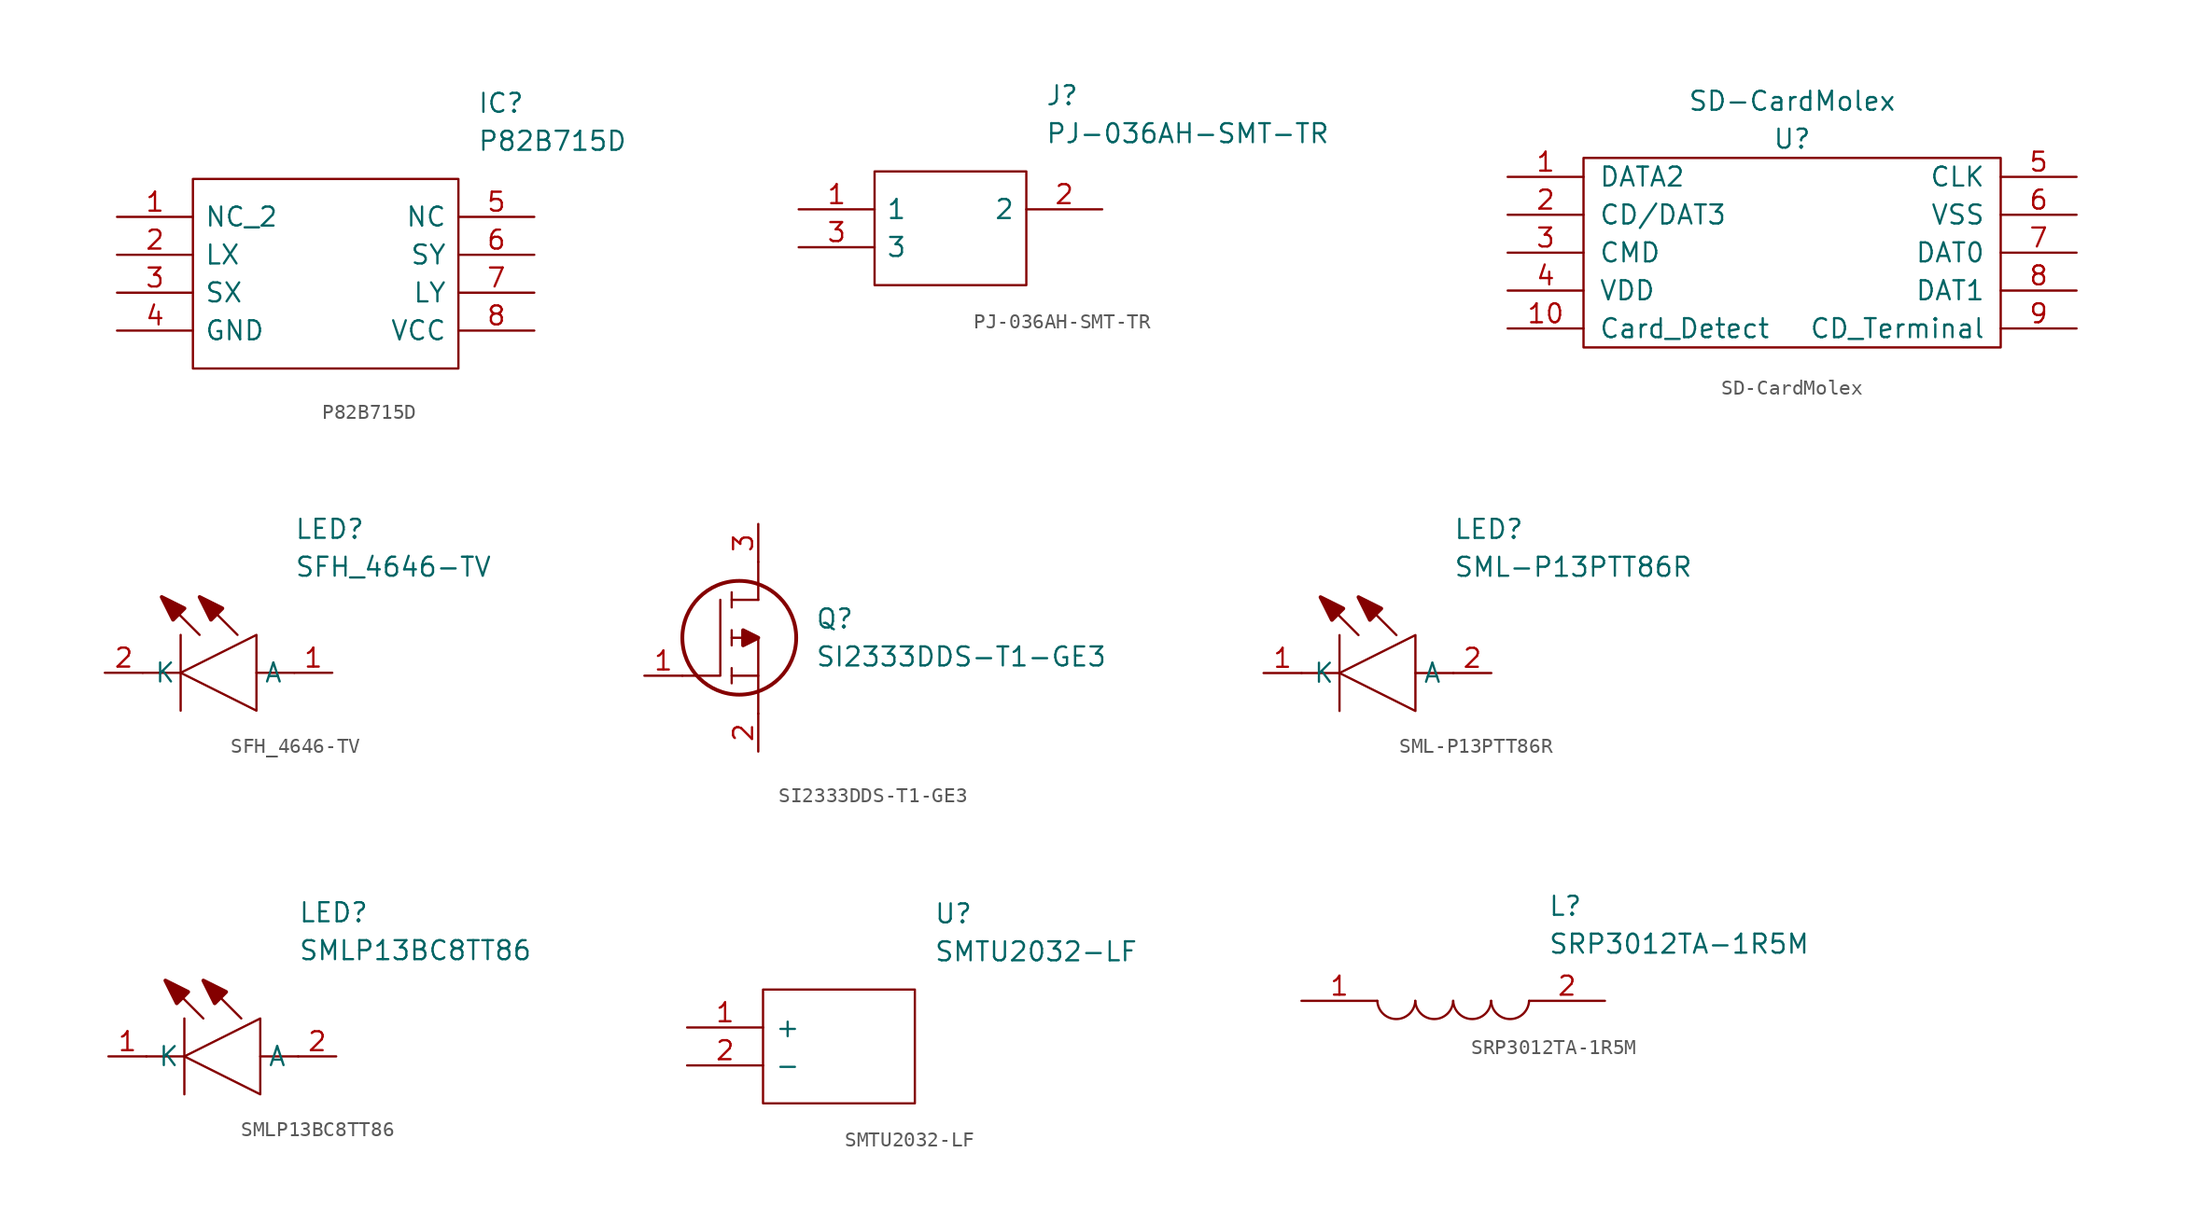
<source format=kicad_sym>
(kicad_symbol_lib
  (version 20211014)
  (generator kicad_symbol_editor)
  (symbol "P82B715D"
    (pin_names
      (offset 0.762))
    (property "Reference" "IC"
      (at 24.13 7.62 0)
      (effects (font (size 1.27 1.27)) (justify left)))
    (property "Value" "P82B715D"
      (at 24.13 5.08 0)
      (effects (font (size 1.27 1.27)) (justify left)))
    (symbol "P82B715D_0_0"
      (pin bidirectional line (at 0 0 0) (length 5.08) (name "NC_2" (effects (font (size 1.27 1.27)))) (number "1" (effects (font (size 1.27 1.27)))))
      (pin bidirectional line (at 0 -2.54 0) (length 5.08) (name "LX" (effects (font (size 1.27 1.27)))) (number "2" (effects (font (size 1.27 1.27)))))
      (pin bidirectional line (at 0 -5.08 0) (length 5.08) (name "SX" (effects (font (size 1.27 1.27)))) (number "3" (effects (font (size 1.27 1.27)))))
      (pin bidirectional line (at 0 -7.62 0) (length 5.08) (name "GND" (effects (font (size 1.27 1.27)))) (number "4" (effects (font (size 1.27 1.27)))))
      (pin bidirectional line (at 27.94 0 180) (length 5.08) (name "NC" (effects (font (size 1.27 1.27)))) (number "5" (effects (font (size 1.27 1.27)))))
      (pin bidirectional line (at 27.94 -2.54 180) (length 5.08) (name "SY" (effects (font (size 1.27 1.27)))) (number "6" (effects (font (size 1.27 1.27)))))
      (pin bidirectional line (at 27.94 -5.08 180) (length 5.08) (name "LY" (effects (font (size 1.27 1.27)))) (number "7" (effects (font (size 1.27 1.27)))))
      (pin bidirectional line (at 27.94 -7.62 180) (length 5.08) (name "VCC" (effects (font (size 1.27 1.27)))) (number "8" (effects (font (size 1.27 1.27))))))
    (symbol "P82B715D_0_1"
      (polyline (pts (xy 5.08 2.54) (xy 22.86 2.54) (xy 22.86 -10.16) (xy 5.08 -10.16) (xy 5.08 2.54)) (stroke (width 0.152) (type default) (color 0 0 0 0)) (fill (type none)))))
  (symbol "PJ-036AH-SMT-TR"
    (pin_names
      (offset 0.762))
    (property "Reference" "J"
      (at 16.51 7.62 0)
      (effects (font (size 1.27 1.27)) (justify left)))
    (property "Value" "PJ-036AH-SMT-TR"
      (at 16.51 5.08 0)
      (effects (font (size 1.27 1.27)) (justify left)))
    (symbol "PJ-036AH-SMT-TR_0_0"
      (pin bidirectional line (at 0 0 0) (length 5.08) (name "1" (effects (font (size 1.27 1.27)))) (number "1" (effects (font (size 1.27 1.27)))))
      (pin bidirectional line (at 20.32 0 180) (length 5.08) (name "2" (effects (font (size 1.27 1.27)))) (number "2" (effects (font (size 1.27 1.27)))))
      (pin bidirectional line (at 0 -2.54 0) (length 5.08) (name "3" (effects (font (size 1.27 1.27)))) (number "3" (effects (font (size 1.27 1.27))))))
    (symbol "PJ-036AH-SMT-TR_0_1"
      (polyline (pts (xy 5.08 2.54) (xy 15.24 2.54) (xy 15.24 -5.08) (xy 5.08 -5.08) (xy 5.08 2.54)) (stroke (width 0.152) (type default) (color 0 0 0 0)) (fill (type none)))))
  (symbol "SD-CardMolex"
    (pin_names
      (offset 1.016))
    (property "Reference" "U"
      (at 0 0 0)
      (effects (font (size 1.27 1.27))))
    (property "Value" "SD-CardMolex"
      (at 0 2.54 0)
      (effects (font (size 1.27 1.27))))
    (symbol "SD-CardMolex_0_1"
      (rectangle (start -13.97 -1.27) (end 13.97 -13.97) (stroke (width 0) (type default) (color 0 0 0 0)) (fill (type none))))
    (symbol "SD-CardMolex_1_1"
      (pin passive line (at -19.05 -2.54 0) (length 5.08) (name "DATA2" (effects (font (size 1.27 1.27)))) (number "1" (effects (font (size 1.27 1.27)))))
      (pin input line (at -19.05 -12.7 0) (length 5.08) (name "Card_Detect" (effects (font (size 1.27 1.27)))) (number "10" (effects (font (size 1.27 1.27)))))
      (pin passive line (at -19.05 -5.08 0) (length 5.08) (name "CD/DAT3" (effects (font (size 1.27 1.27)))) (number "2" (effects (font (size 1.27 1.27)))))
      (pin passive line (at -19.05 -7.62 0) (length 5.08) (name "CMD" (effects (font (size 1.27 1.27)))) (number "3" (effects (font (size 1.27 1.27)))))
      (pin passive line (at -19.05 -10.16 0) (length 5.08) (name "VDD" (effects (font (size 1.27 1.27)))) (number "4" (effects (font (size 1.27 1.27)))))
      (pin passive line (at 19.05 -2.54 180) (length 5.08) (name "CLK" (effects (font (size 1.27 1.27)))) (number "5" (effects (font (size 1.27 1.27)))))
      (pin passive line (at 19.05 -5.08 180) (length 5.08) (name "VSS" (effects (font (size 1.27 1.27)))) (number "6" (effects (font (size 1.27 1.27)))))
      (pin passive line (at 19.05 -7.62 180) (length 5.08) (name "DAT0" (effects (font (size 1.27 1.27)))) (number "7" (effects (font (size 1.27 1.27)))))
      (pin passive line (at 19.05 -10.16 180) (length 5.08) (name "DAT1" (effects (font (size 1.27 1.27)))) (number "8" (effects (font (size 1.27 1.27)))))
      (pin input line (at 19.05 -12.7 180) (length 5.08) (name "CD_Terminal" (effects (font (size 1.27 1.27)))) (number "9" (effects (font (size 1.27 1.27)))))))
  (symbol "SFH_4646-TV"
    (pin_names
      (offset 0.762))
    (property "Reference" "LED"
      (at 12.7 8.89 0)
      (effects (font (size 1.27 1.27)) (justify left bottom)))
    (property "Value" "SFH_4646-TV"
      (at 12.7 6.35 0)
      (effects (font (size 1.27 1.27)) (justify left bottom)))
    (symbol "SFH_4646-TV_0_0"
      (pin unspecified line (at 15.24 0 180) (length 2.54) (name "A" (effects (font (size 1.27 1.27)))) (number "1" (effects (font (size 1.27 1.27)))))
      (pin unspecified line (at 0 0 0) (length 2.54) (name "K" (effects (font (size 1.27 1.27)))) (number "2" (effects (font (size 1.27 1.27))))))
    (symbol "SFH_4646-TV_0_1"
      (polyline (pts (xy 2.54 0) (xy 5.08 0)) (stroke (width 0.152) (type default) (color 0 0 0 0)) (fill (type none)))
      (polyline (pts (xy 5.08 2.54) (xy 5.08 -2.54)) (stroke (width 0.152) (type default) (color 0 0 0 0)) (fill (type none)))
      (polyline (pts (xy 6.35 2.54) (xy 3.81 5.08)) (stroke (width 0.152) (type default) (color 0 0 0 0)) (fill (type none)))
      (polyline (pts (xy 8.89 2.54) (xy 6.35 5.08)) (stroke (width 0.152) (type default) (color 0 0 0 0)) (fill (type none)))
      (polyline (pts (xy 10.16 0) (xy 12.7 0)) (stroke (width 0.152) (type default) (color 0 0 0 0)) (fill (type none)))
      (polyline (pts (xy 5.08 0) (xy 10.16 2.54) (xy 10.16 -2.54) (xy 5.08 0)) (stroke (width 0.152) (type default) (color 0 0 0 0)) (fill (type none)))
      (polyline (pts (xy 5.334 4.318) (xy 4.572 3.556) (xy 3.81 5.08) (xy 5.334 4.318)) (stroke (width 0.254) (type default) (color 0 0 0 0)) (fill (type outline)))
      (polyline (pts (xy 7.874 4.318) (xy 7.112 3.556) (xy 6.35 5.08) (xy 7.874 4.318)) (stroke (width 0.254) (type default) (color 0 0 0 0)) (fill (type outline)))))
  (symbol "SI2333DDS-T1-GE3"
    (pin_names
      (offset 0.762))
    (property "Reference" "Q"
      (at 11.43 3.81 0)
      (effects (font (size 1.27 1.27)) (justify left)))
    (property "Value" "SI2333DDS-T1-GE3"
      (at 11.43 1.27 0)
      (effects (font (size 1.27 1.27)) (justify left)))
    (symbol "SI2333DDS-T1-GE3_0_0"
      (pin unspecified line (at 0 0 0) (length 2.54) (name "~" (effects (font (size 1.27 1.27)))) (number "1" (effects (font (size 1.27 1.27)))))
      (pin unspecified line (at 7.62 -5.08 90) (length 2.54) (name "~" (effects (font (size 1.27 1.27)))) (number "2" (effects (font (size 1.27 1.27)))))
      (pin unspecified line (at 7.62 10.16 270) (length 2.54) (name "~" (effects (font (size 1.27 1.27)))) (number "3" (effects (font (size 1.27 1.27))))))
    (symbol "SI2333DDS-T1-GE3_0_1"
      (polyline (pts (xy 5.842 -0.508) (xy 5.842 0.508)) (stroke (width 0.152) (type default) (color 0 0 0 0)) (fill (type none)))
      (polyline (pts (xy 5.842 0) (xy 7.62 0)) (stroke (width 0.152) (type default) (color 0 0 0 0)) (fill (type none)))
      (polyline (pts (xy 5.842 2.032) (xy 5.842 3.048)) (stroke (width 0.152) (type default) (color 0 0 0 0)) (fill (type none)))
      (polyline (pts (xy 5.842 5.588) (xy 5.842 4.572)) (stroke (width 0.152) (type default) (color 0 0 0 0)) (fill (type none)))
      (polyline (pts (xy 7.62 2.54) (xy 5.842 2.54)) (stroke (width 0.152) (type default) (color 0 0 0 0)) (fill (type none)))
      (polyline (pts (xy 7.62 2.54) (xy 7.62 -2.54)) (stroke (width 0.152) (type default) (color 0 0 0 0)) (fill (type none)))
      (polyline (pts (xy 7.62 5.08) (xy 5.842 5.08)) (stroke (width 0.152) (type default) (color 0 0 0 0)) (fill (type none)))
      (polyline (pts (xy 7.62 5.08) (xy 7.62 7.62)) (stroke (width 0.152) (type default) (color 0 0 0 0)) (fill (type none)))
      (polyline (pts (xy 2.54 0) (xy 5.08 0) (xy 5.08 5.08)) (stroke (width 0.152) (type default) (color 0 0 0 0)) (fill (type none)))
      (polyline (pts (xy 7.62 2.54) (xy 6.604 3.048) (xy 6.604 2.032) (xy 7.62 2.54)) (stroke (width 0.254) (type default) (color 0 0 0 0)) (fill (type outline)))
      (circle (center 6.35 2.54) (radius 3.81) (stroke (width 0.254) (type default) (color 0 0 0 0)) (fill (type none)))))
  (symbol "SML-P13PTT86R"
    (pin_names
      (offset 0.762))
    (property "Reference" "LED"
      (at 12.7 8.89 0)
      (effects (font (size 1.27 1.27)) (justify left bottom)))
    (property "Value" "SML-P13PTT86R"
      (at 12.7 6.35 0)
      (effects (font (size 1.27 1.27)) (justify left bottom)))
    (symbol "SML-P13PTT86R_0_0"
      (pin passive line (at 0 0 0) (length 2.54) (name "K" (effects (font (size 1.27 1.27)))) (number "1" (effects (font (size 1.27 1.27)))))
      (pin passive line (at 15.24 0 180) (length 2.54) (name "A" (effects (font (size 1.27 1.27)))) (number "2" (effects (font (size 1.27 1.27))))))
    (symbol "SML-P13PTT86R_0_1"
      (polyline (pts (xy 2.54 0) (xy 5.08 0)) (stroke (width 0.152) (type default) (color 0 0 0 0)) (fill (type none)))
      (polyline (pts (xy 5.08 2.54) (xy 5.08 -2.54)) (stroke (width 0.152) (type default) (color 0 0 0 0)) (fill (type none)))
      (polyline (pts (xy 6.35 2.54) (xy 3.81 5.08)) (stroke (width 0.152) (type default) (color 0 0 0 0)) (fill (type none)))
      (polyline (pts (xy 8.89 2.54) (xy 6.35 5.08)) (stroke (width 0.152) (type default) (color 0 0 0 0)) (fill (type none)))
      (polyline (pts (xy 10.16 0) (xy 12.7 0)) (stroke (width 0.152) (type default) (color 0 0 0 0)) (fill (type none)))
      (polyline (pts (xy 5.08 0) (xy 10.16 2.54) (xy 10.16 -2.54) (xy 5.08 0)) (stroke (width 0.152) (type default) (color 0 0 0 0)) (fill (type none)))
      (polyline (pts (xy 5.334 4.318) (xy 4.572 3.556) (xy 3.81 5.08) (xy 5.334 4.318)) (stroke (width 0.254) (type default) (color 0 0 0 0)) (fill (type outline)))
      (polyline (pts (xy 7.874 4.318) (xy 7.112 3.556) (xy 6.35 5.08) (xy 7.874 4.318)) (stroke (width 0.254) (type default) (color 0 0 0 0)) (fill (type outline)))))
  (symbol "SMLP13BC8TT86"
    (pin_names
      (offset 0.762))
    (property "Reference" "LED"
      (at 12.7 8.89 0)
      (effects (font (size 1.27 1.27)) (justify left bottom)))
    (property "Value" "SMLP13BC8TT86"
      (at 12.7 6.35 0)
      (effects (font (size 1.27 1.27)) (justify left bottom)))
    (symbol "SMLP13BC8TT86_0_0"
      (pin passive line (at 0 0 0) (length 2.54) (name "K" (effects (font (size 1.27 1.27)))) (number "1" (effects (font (size 1.27 1.27)))))
      (pin passive line (at 15.24 0 180) (length 2.54) (name "A" (effects (font (size 1.27 1.27)))) (number "2" (effects (font (size 1.27 1.27))))))
    (symbol "SMLP13BC8TT86_0_1"
      (polyline (pts (xy 2.54 0) (xy 5.08 0)) (stroke (width 0.152) (type default) (color 0 0 0 0)) (fill (type none)))
      (polyline (pts (xy 5.08 2.54) (xy 5.08 -2.54)) (stroke (width 0.152) (type default) (color 0 0 0 0)) (fill (type none)))
      (polyline (pts (xy 6.35 2.54) (xy 3.81 5.08)) (stroke (width 0.152) (type default) (color 0 0 0 0)) (fill (type none)))
      (polyline (pts (xy 8.89 2.54) (xy 6.35 5.08)) (stroke (width 0.152) (type default) (color 0 0 0 0)) (fill (type none)))
      (polyline (pts (xy 10.16 0) (xy 12.7 0)) (stroke (width 0.152) (type default) (color 0 0 0 0)) (fill (type none)))
      (polyline (pts (xy 5.08 0) (xy 10.16 2.54) (xy 10.16 -2.54) (xy 5.08 0)) (stroke (width 0.152) (type default) (color 0 0 0 0)) (fill (type none)))
      (polyline (pts (xy 5.334 4.318) (xy 4.572 3.556) (xy 3.81 5.08) (xy 5.334 4.318)) (stroke (width 0.254) (type default) (color 0 0 0 0)) (fill (type outline)))
      (polyline (pts (xy 7.874 4.318) (xy 7.112 3.556) (xy 6.35 5.08) (xy 7.874 4.318)) (stroke (width 0.254) (type default) (color 0 0 0 0)) (fill (type outline)))))
  (symbol "SMTU2032-LF"
    (pin_names
      (offset 0.762))
    (property "Reference" "U"
      (at 16.51 7.62 0)
      (effects (font (size 1.27 1.27)) (justify left)))
    (property "Value" "SMTU2032-LF"
      (at 16.51 5.08 0)
      (effects (font (size 1.27 1.27)) (justify left)))
    (symbol "SMTU2032-LF_0_0"
      (pin passive line (at 0 0 0) (length 5.08) (name "+" (effects (font (size 1.27 1.27)))) (number "1" (effects (font (size 1.27 1.27)))))
      (pin passive line (at 0 -2.54 0) (length 5.08) (name "-" (effects (font (size 1.27 1.27)))) (number "2" (effects (font (size 1.27 1.27))))))
    (symbol "SMTU2032-LF_0_1"
      (polyline (pts (xy 5.08 2.54) (xy 15.24 2.54) (xy 15.24 -5.08) (xy 5.08 -5.08) (xy 5.08 2.54)) (stroke (width 0.152) (type default) (color 0 0 0 0)) (fill (type none)))))
  (symbol "SRP3012TA-1R5M"
    (pin_names
      (offset 0.762))
    (property "Reference" "L"
      (at 16.51 6.35 0)
      (effects (font (size 1.27 1.27)) (justify left)))
    (property "Value" "SRP3012TA-1R5M"
      (at 16.51 3.81 0)
      (effects (font (size 1.27 1.27)) (justify left)))
    (symbol "SRP3012TA-1R5M_0_0"
      (pin passive line (at 0 0 0) (length 5.08) (name "~" (effects (font (size 1.27 1.27)))) (number "1" (effects (font (size 1.27 1.27)))))
      (pin passive line (at 20.32 0 180) (length 5.08) (name "~" (effects (font (size 1.27 1.27)))) (number "2" (effects (font (size 1.27 1.27))))))
    (symbol "SRP3012TA-1R5M_0_1"
      (arc (start 5.08 0) (mid 6.35 -1.3218) (end 7.62 0) (stroke (width 0.1524) (type default) (color 0 0 0 0)) (fill (type none)))
      (arc (start 7.62 0) (mid 8.89 -1.3218) (end 10.16 0) (stroke (width 0.1524) (type default) (color 0 0 0 0)) (fill (type none)))
      (arc (start 10.16 0) (mid 11.43 -1.3218) (end 12.7 0) (stroke (width 0.1524) (type default) (color 0 0 0 0)) (fill (type none)))
      (arc (start 12.7 0) (mid 13.97 -1.3218) (end 15.24 0) (stroke (width 0.1524) (type default) (color 0 0 0 0)) (fill (type none))))))
</source>
